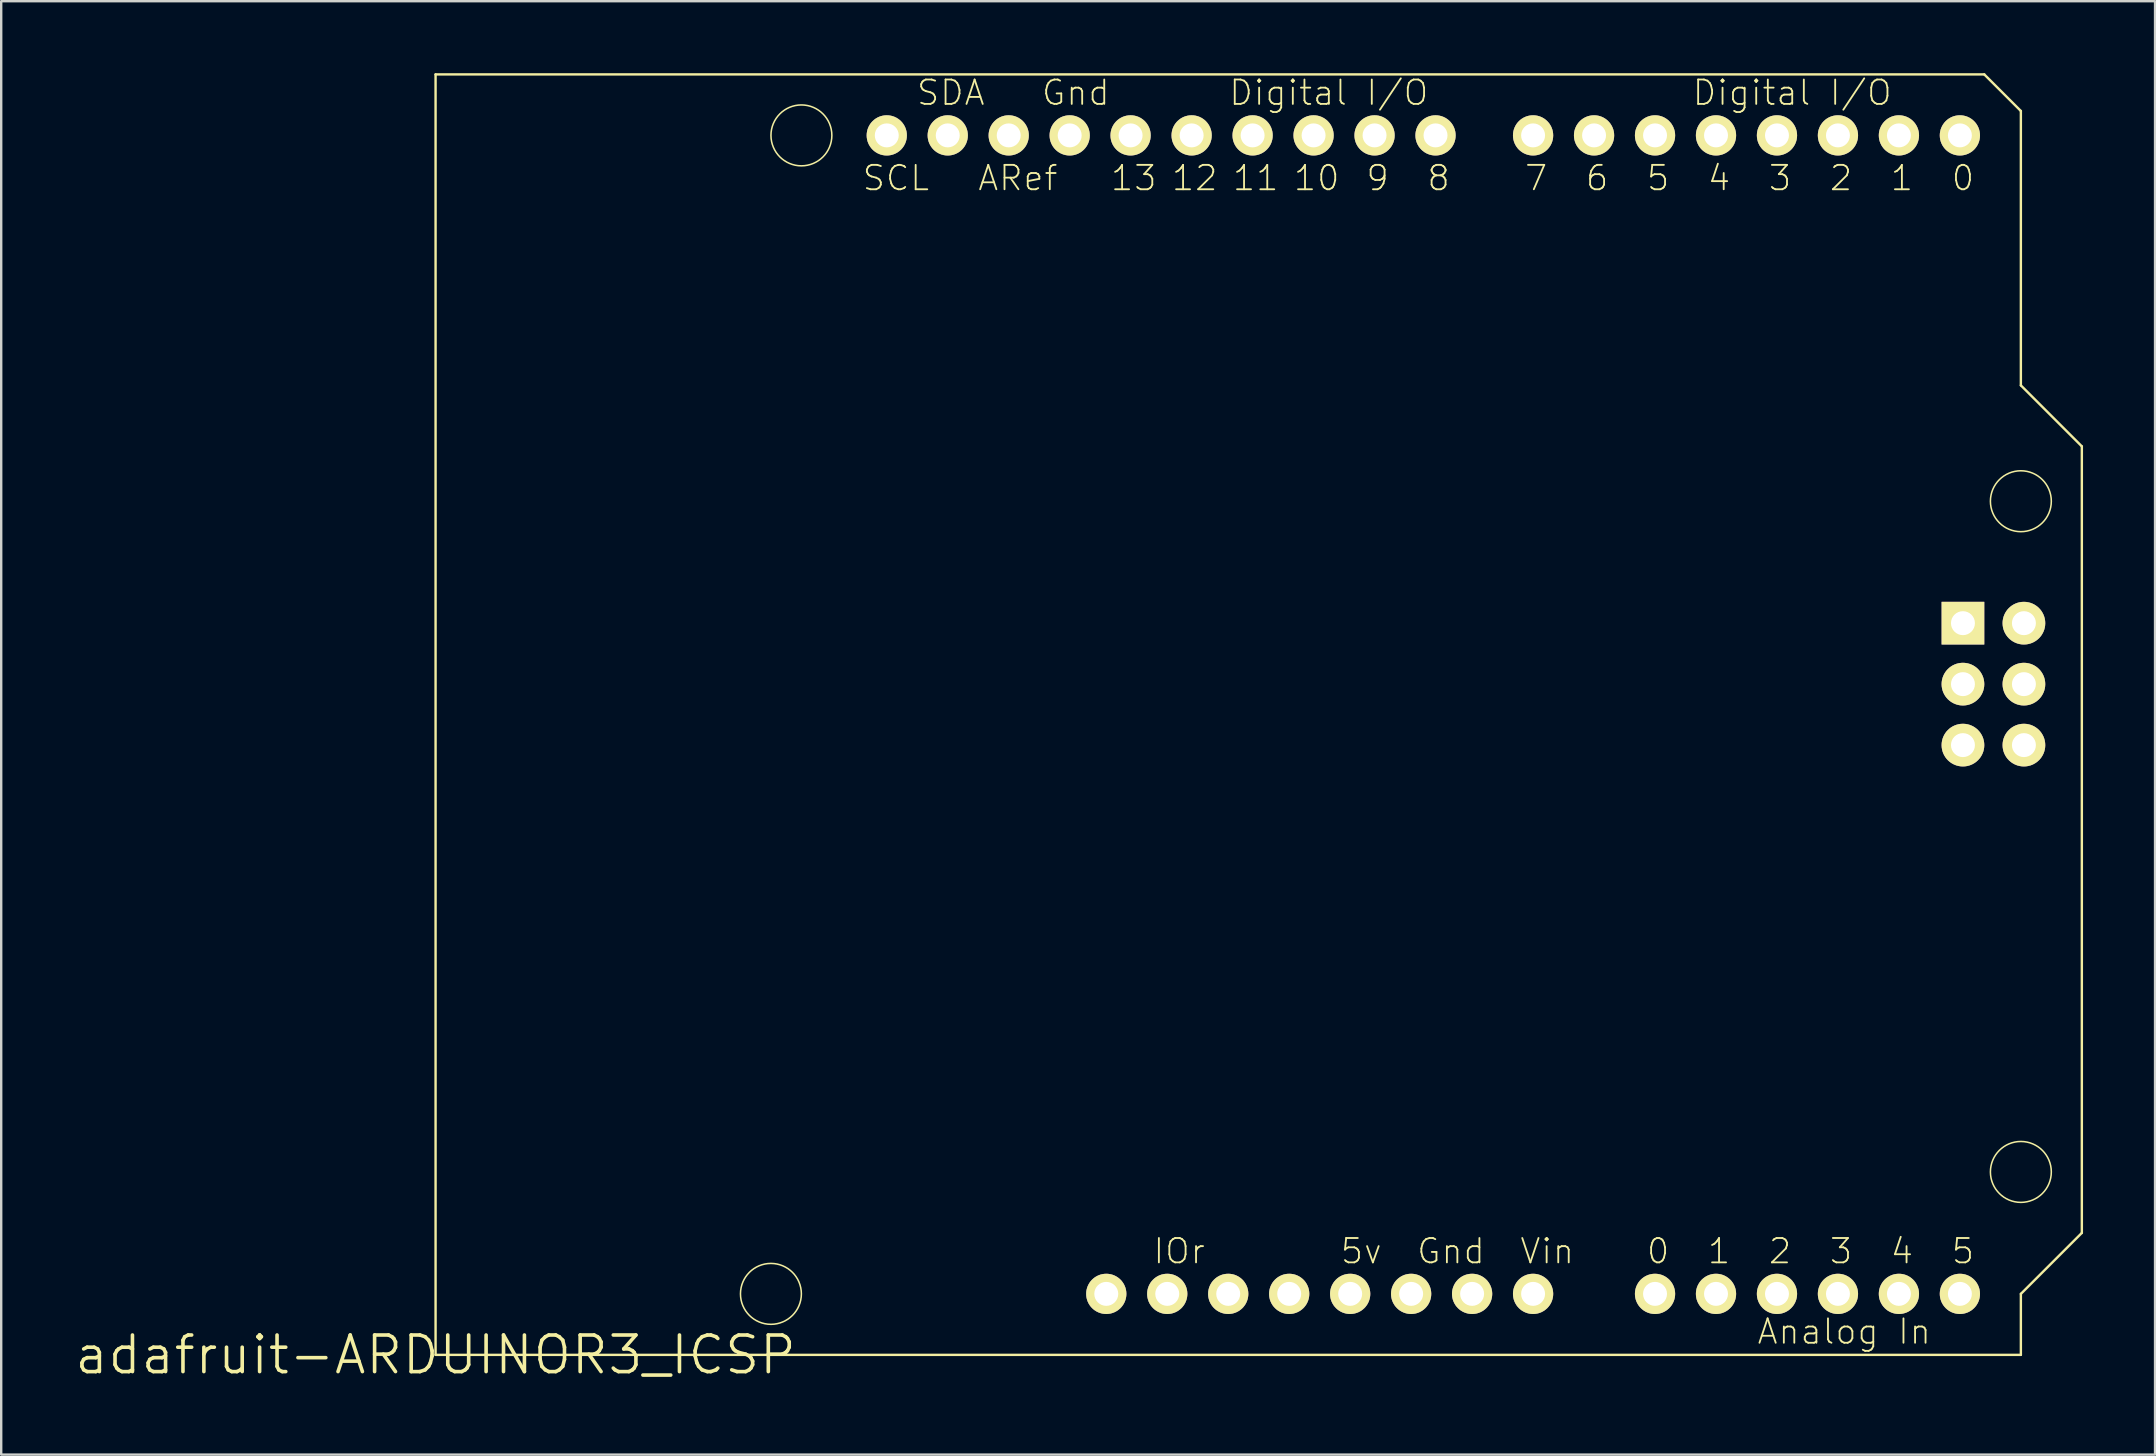
<source format=kicad_pcb>
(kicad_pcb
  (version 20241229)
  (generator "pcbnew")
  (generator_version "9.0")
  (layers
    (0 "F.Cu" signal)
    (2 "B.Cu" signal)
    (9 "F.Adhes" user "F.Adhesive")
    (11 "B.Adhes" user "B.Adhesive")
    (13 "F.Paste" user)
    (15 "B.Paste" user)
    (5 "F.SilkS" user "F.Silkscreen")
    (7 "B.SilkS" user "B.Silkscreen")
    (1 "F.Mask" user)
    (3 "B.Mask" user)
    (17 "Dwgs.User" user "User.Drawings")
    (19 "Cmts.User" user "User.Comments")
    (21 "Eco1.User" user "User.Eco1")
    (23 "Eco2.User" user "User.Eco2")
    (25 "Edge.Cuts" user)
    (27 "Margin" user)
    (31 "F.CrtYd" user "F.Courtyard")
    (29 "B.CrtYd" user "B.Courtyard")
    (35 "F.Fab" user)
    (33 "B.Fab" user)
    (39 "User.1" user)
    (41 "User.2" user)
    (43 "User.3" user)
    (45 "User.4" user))
  (footprint "adafruit-ARDUINOR3_ICSP"
    (layer "F.Cu")
    (at 15.095 53.39)
    (property "Reference" "adafruit-ARDUINOR3_ICSP" (at 0 0 0) (layer "F.SilkS") (effects (font (size 1.524 1.524) (thickness 0.15))))
    (attr exclude_from_pos_files exclude_from_bom)
    (fp_line (start 0 -53.34) (end 0 0) (stroke (width 0.1) (type solid)) (layer "F.SilkS"))
    (fp_line (start 0 0) (end 66.04 0) (stroke (width 0.1) (type solid)) (layer "F.SilkS"))
    (fp_line (start 64.516 -53.34) (end 0 -53.34) (stroke (width 0.1) (type solid)) (layer "F.SilkS"))
    (fp_line (start 66.04 -51.816) (end 64.516 -53.34) (stroke (width 0.1) (type solid)) (layer "F.SilkS"))
    (fp_line (start 66.04 -40.386) (end 66.04 -51.816) (stroke (width 0.1) (type solid)) (layer "F.SilkS"))
    (fp_line (start 66.04 -2.54) (end 68.58 -5.08) (stroke (width 0.1) (type solid)) (layer "F.SilkS"))
    (fp_line (start 66.04 0) (end 66.04 -2.54) (stroke (width 0.1) (type solid)) (layer "F.SilkS"))
    (fp_line (start 68.58 -37.846) (end 66.04 -40.386) (stroke (width 0.1) (type solid)) (layer "F.SilkS"))
    (fp_line (start 68.58 -5.08) (end 68.58 -37.846) (stroke (width 0.1) (type solid)) (layer "F.SilkS"))
    (fp_circle (center 13.97 -2.54) (end 14.867 -3.437) (stroke (width 0.064) (type solid)) (fill no) (layer "F.SilkS"))
    (fp_circle (center 15.24 -50.8) (end 16.137 -51.697) (stroke (width 0.064) (type solid)) (fill no) (layer "F.SilkS"))
    (fp_circle (center 66.04 -35.56) (end 66.937 -36.457) (stroke (width 0.064) (type solid)) (fill no) (layer "F.SilkS"))
    (fp_circle (center 66.04 -7.62) (end 66.937 -8.517) (stroke (width 0.064) (type solid)) (fill no) (layer "F.SilkS"))
    (fp_text user "4" (at 53.467 -49.022 180) (layer "F.SilkS") (effects (font (size 1.016 1.016) (thickness 0.076))))
    (fp_text user "0" (at 63.627 -49.022 180) (layer "F.SilkS") (effects (font (size 1.016 1.016) (thickness 0.076))))
    (fp_text user "9" (at 39.243 -49.022 180) (layer "F.SilkS") (effects (font (size 1.016 1.016) (thickness 0.076))))
    (fp_text user "6" (at 48.387 -49.022 180) (layer "F.SilkS") (effects (font (size 1.016 1.016) (thickness 0.076))))
    (fp_text user "Gnd" (at 42.299 -4.318 0) (layer "F.SilkS") (effects (font (size 1.016 1.016) (thickness 0.076))))
    (fp_text user "13" (at 29.083 -49.022 180) (layer "F.SilkS") (effects (font (size 1.016 1.016) (thickness 0.076))))
    (fp_text user "8" (at 41.783 -49.022 180) (layer "F.SilkS") (effects (font (size 1.016 1.016) (thickness 0.076))))
    (fp_text user "5v" (at 38.562 -4.318 0) (layer "F.SilkS") (effects (font (size 1.016 1.016) (thickness 0.076))))
    (fp_text user "Digital I/O" (at 37.211 -52.578 0) (layer "F.SilkS") (effects (font (size 1.016 1.016) (thickness 0.076))))
    (fp_text user "Gnd" (at 26.67 -52.578 0) (layer "F.SilkS") (effects (font (size 1.016 1.016) (thickness 0.076))))
    (fp_text user "SDA" (at 21.463 -52.578 0) (layer "F.SilkS") (effects (font (size 1.016 1.016) (thickness 0.076))))
    (fp_text user "IOr" (at 30.978 -4.318 0) (layer "F.SilkS") (effects (font (size 1.016 1.016) (thickness 0.076))))
    (fp_text user "2" (at 58.547 -49.022 180) (layer "F.SilkS") (effects (font (size 1.016 1.016) (thickness 0.076))))
    (fp_text user "4" (at 61.084 -4.318 0) (layer "F.SilkS") (effects (font (size 1.016 1.016) (thickness 0.076))))
    (fp_text user "5" (at 50.927 -49.022 180) (layer "F.SilkS") (effects (font (size 1.016 1.016) (thickness 0.076))))
    (fp_text user "2" (at 56.007 -4.318 0) (layer "F.SilkS") (effects (font (size 1.016 1.016) (thickness 0.076))))
    (fp_text user "11" (at 34.163 -49.022 180) (layer "F.SilkS") (effects (font (size 1.016 1.016) (thickness 0.076))))
    (fp_text user "Vin" (at 46.309 -4.318 0) (layer "F.SilkS") (effects (font (size 1.016 1.016) (thickness 0.076))))
    (fp_text user "SCL" (at 19.177 -49.022 0) (layer "F.SilkS") (effects (font (size 1.016 1.016) (thickness 0.076))))
    (fp_text user "ARef" (at 24.257 -49.022 0) (layer "F.SilkS") (effects (font (size 1.016 1.016) (thickness 0.076))))
    (fp_text user "0" (at 50.927 -4.318 0) (layer "F.SilkS") (effects (font (size 1.016 1.016) (thickness 0.076))))
    (fp_text user "3" (at 58.547 -4.318 0) (layer "F.SilkS") (effects (font (size 1.016 1.016) (thickness 0.076))))
    (fp_text user "Analog In" (at 58.682 -0.97 0) (layer "F.SilkS") (effects (font (size 1.016 1.016) (thickness 0.076))))
    (fp_text user "1" (at 61.084 -49.022 180) (layer "F.SilkS") (effects (font (size 1.016 1.016) (thickness 0.076))))
    (fp_text user "7" (at 45.847 -49.022 180) (layer "F.SilkS") (effects (font (size 1.016 1.016) (thickness 0.076))))
    (fp_text user "5" (at 63.627 -4.318 0) (layer "F.SilkS") (effects (font (size 1.016 1.016) (thickness 0.076))))
    (fp_text user "3" (at 56.007 -49.022 180) (layer "F.SilkS") (effects (font (size 1.016 1.016) (thickness 0.076))))
    (fp_text user "1" (at 53.467 -4.318 0) (layer "F.SilkS") (effects (font (size 1.016 1.016) (thickness 0.076))))
    (fp_text user "12" (at 31.623 -49.022 180) (layer "F.SilkS") (effects (font (size 1.016 1.016) (thickness 0.076))))
    (fp_text user "Digital I/O" (at 56.515 -52.578 0) (layer "F.SilkS") (effects (font (size 1.016 1.016) (thickness 0.076))))
    (fp_text user "10" (at 36.703 -49.022 180) (layer "F.SilkS") (effects (font (size 1.016 1.016) (thickness 0.076))))
    (pad "3V" thru_hole circle (at 35.56 -2.54) (size 1.676 1.676) (drill 0.998) (layers "*.Cu" "F.Mask" "F.SilkS" "F.Paste"))
    (pad "5V" thru_hole circle (at 38.1 -2.54) (size 1.676 1.676) (drill 0.998) (layers "*.Cu" "F.Mask" "F.SilkS" "F.Paste"))
    (pad "5V_I" thru_hole circle (at 66.167 -30.48) (size 1.778 1.778) (drill 0.998) (layers "*.Cu" "F.Mask" "F.SilkS" "F.Paste"))
    (pad "A0" thru_hole circle (at 50.8 -2.54) (size 1.676 1.676) (drill 0.998) (layers "*.Cu" "F.Mask" "F.SilkS" "F.Paste"))
    (pad "A1" thru_hole circle (at 53.34 -2.54) (size 1.676 1.676) (drill 0.998) (layers "*.Cu" "F.Mask" "F.SilkS" "F.Paste"))
    (pad "A2" thru_hole circle (at 55.88 -2.54) (size 1.676 1.676) (drill 0.998) (layers "*.Cu" "F.Mask" "F.SilkS" "F.Paste"))
    (pad "A3" thru_hole circle (at 58.42 -2.54) (size 1.676 1.676) (drill 0.998) (layers "*.Cu" "F.Mask" "F.SilkS" "F.Paste"))
    (pad "A4" thru_hole circle (at 60.96 -2.54) (size 1.676 1.676) (drill 0.998) (layers "*.Cu" "F.Mask" "F.SilkS" "F.Paste"))
    (pad "A5" thru_hole circle (at 63.5 -2.54) (size 1.676 1.676) (drill 0.998) (layers "*.Cu" "F.Mask" "F.SilkS" "F.Paste"))
    (pad "AREF" thru_hole circle (at 23.876 -50.8) (size 1.676 1.676) (drill 0.998) (layers "*.Cu" "F.Mask" "F.SilkS" "F.Paste"))
    (pad "D0" thru_hole circle (at 63.5 -50.8) (size 1.676 1.676) (drill 0.998) (layers "*.Cu" "F.Mask" "F.SilkS" "F.Paste"))
    (pad "D1" thru_hole circle (at 60.96 -50.8) (size 1.676 1.676) (drill 0.998) (layers "*.Cu" "F.Mask" "F.SilkS" "F.Paste"))
    (pad "D2" thru_hole circle (at 58.42 -50.8) (size 1.676 1.676) (drill 0.998) (layers "*.Cu" "F.Mask" "F.SilkS" "F.Paste"))
    (pad "D3" thru_hole circle (at 55.88 -50.8) (size 1.676 1.676) (drill 0.998) (layers "*.Cu" "F.Mask" "F.SilkS" "F.Paste"))
    (pad "D4" thru_hole circle (at 53.34 -50.8) (size 1.676 1.676) (drill 0.998) (layers "*.Cu" "F.Mask" "F.SilkS" "F.Paste"))
    (pad "D5" thru_hole circle (at 50.8 -50.8) (size 1.676 1.676) (drill 0.998) (layers "*.Cu" "F.Mask" "F.SilkS" "F.Paste"))
    (pad "D6" thru_hole circle (at 48.26 -50.8) (size 1.676 1.676) (drill 0.998) (layers "*.Cu" "F.Mask" "F.SilkS" "F.Paste"))
    (pad "D7" thru_hole circle (at 45.72 -50.8) (size 1.676 1.676) (drill 0.998) (layers "*.Cu" "F.Mask" "F.SilkS" "F.Paste"))
    (pad "D8" thru_hole circle (at 41.656 -50.8) (size 1.676 1.676) (drill 0.998) (layers "*.Cu" "F.Mask" "F.SilkS" "F.Paste"))
    (pad "D9" thru_hole circle (at 39.116 -50.8) (size 1.676 1.676) (drill 0.998) (layers "*.Cu" "F.Mask" "F.SilkS" "F.Paste"))
    (pad "D10" thru_hole circle (at 36.576 -50.8) (size 1.676 1.676) (drill 0.998) (layers "*.Cu" "F.Mask" "F.SilkS" "F.Paste"))
    (pad "D11" thru_hole circle (at 34.036 -50.8) (size 1.676 1.676) (drill 0.998) (layers "*.Cu" "F.Mask" "F.SilkS" "F.Paste"))
    (pad "D12" thru_hole circle (at 31.496 -50.8) (size 1.676 1.676) (drill 0.998) (layers "*.Cu" "F.Mask" "F.SilkS" "F.Paste"))
    (pad "D13" thru_hole circle (at 28.953 -50.8) (size 1.676 1.676) (drill 0.998) (layers "*.Cu" "F.Mask" "F.SilkS" "F.Paste"))
    (pad "GND" thru_hole circle (at 26.416 -50.8) (size 1.676 1.676) (drill 0.998) (layers "*.Cu" "F.Mask" "F.SilkS" "F.Paste"))
    (pad "GND@" thru_hole circle (at 40.64 -2.54) (size 1.676 1.676) (drill 0.998) (layers "*.Cu" "F.Mask" "F.SilkS" "F.Paste"))
    (pad "GND@" thru_hole circle (at 43.18 -2.54) (size 1.676 1.676) (drill 0.998) (layers "*.Cu" "F.Mask" "F.SilkS" "F.Paste"))
    (pad "GND@" thru_hole circle (at 66.167 -25.4) (size 1.778 1.778) (drill 0.998) (layers "*.Cu" "F.Mask" "F.SilkS" "F.Paste"))
    (pad "IORE" thru_hole circle (at 30.48 -2.54) (size 1.676 1.676) (drill 0.998) (layers "*.Cu" "F.Mask" "F.SilkS" "F.Paste"))
    (pad "MISO" thru_hole rect (at 63.627 -30.48) (size 1.778 1.778) (drill 0.998) (layers "*.Cu" "F.Mask" "F.SilkS" "F.Paste"))
    (pad "MOSI" thru_hole circle (at 66.167 -27.94) (size 1.778 1.778) (drill 0.998) (layers "*.Cu" "F.Mask" "F.SilkS" "F.Paste"))
    (pad "RESE" thru_hole circle (at 27.94 -2.54) (size 1.676 1.676) (drill 0.998) (layers "*.Cu" "F.Mask" "F.SilkS" "F.Paste"))
    (pad "RESE" thru_hole circle (at 33.02 -2.54) (size 1.676 1.676) (drill 0.998) (layers "*.Cu" "F.Mask" "F.SilkS" "F.Paste"))
    (pad "RESE" thru_hole circle (at 63.627 -25.4) (size 1.778 1.778) (drill 0.998) (layers "*.Cu" "F.Mask" "F.SilkS" "F.Paste"))
    (pad "SCK" thru_hole circle (at 63.627 -27.94) (size 1.778 1.778) (drill 0.998) (layers "*.Cu" "F.Mask" "F.SilkS" "F.Paste"))
    (pad "SCL" thru_hole circle (at 18.796 -50.8) (size 1.676 1.676) (drill 0.998) (layers "*.Cu" "F.Mask" "F.SilkS" "F.Paste"))
    (pad "SDA" thru_hole circle (at 21.336 -50.8) (size 1.676 1.676) (drill 0.998) (layers "*.Cu" "F.Mask" "F.SilkS" "F.Paste"))
    (pad "VIN" thru_hole circle (at 45.72 -2.54) (size 1.676 1.676) (drill 0.998) (layers "*.Cu" "F.Mask" "F.SilkS" "F.Paste")))
  (gr_rect
    (start -3 -3)
    (end 86.725 57.545)
    (stroke (width 0.1) (type default))
    (fill no)
    (layer "Edge.Cuts")))
</source>
